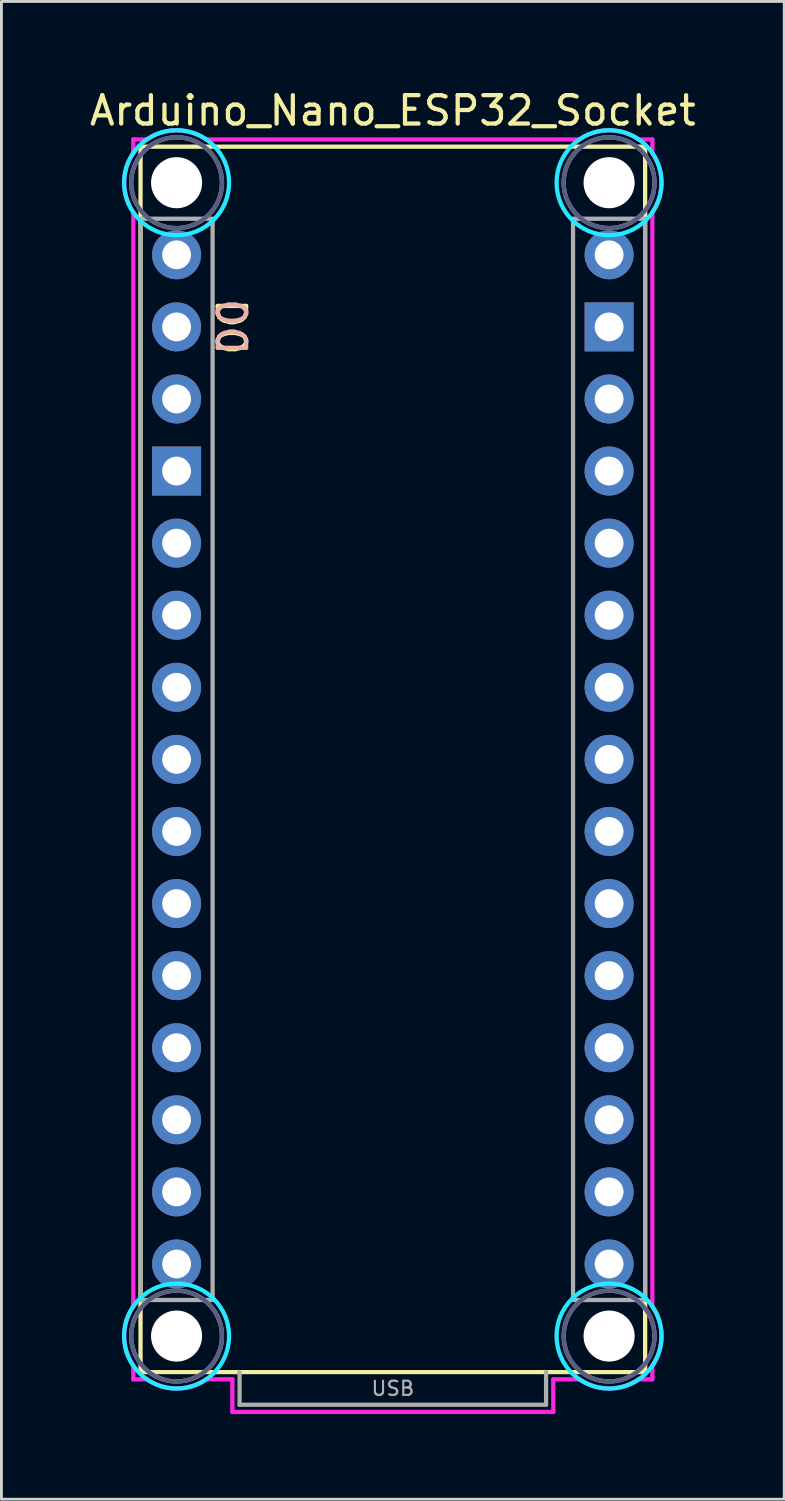
<source format=kicad_pcb>
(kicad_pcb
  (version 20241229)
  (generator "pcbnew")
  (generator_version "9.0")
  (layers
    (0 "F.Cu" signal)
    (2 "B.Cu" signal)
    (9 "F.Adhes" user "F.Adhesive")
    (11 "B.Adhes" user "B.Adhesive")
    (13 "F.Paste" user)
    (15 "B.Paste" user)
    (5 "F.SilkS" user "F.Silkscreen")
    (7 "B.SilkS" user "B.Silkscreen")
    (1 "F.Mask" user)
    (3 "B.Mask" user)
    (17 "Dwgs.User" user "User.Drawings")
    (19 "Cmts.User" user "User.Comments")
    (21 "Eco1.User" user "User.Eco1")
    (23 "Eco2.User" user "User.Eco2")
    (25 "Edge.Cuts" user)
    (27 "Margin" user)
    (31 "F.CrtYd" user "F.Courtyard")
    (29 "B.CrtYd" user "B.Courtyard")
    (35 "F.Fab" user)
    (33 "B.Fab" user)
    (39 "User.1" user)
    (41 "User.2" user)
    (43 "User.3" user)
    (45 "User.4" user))
  (footprint "Arduino_Nano_ESP32_Socket"
    (layer "F.Cu")
    (at 10.792 45.298)
    (property "Reference" "Arduino_Nano_ESP32_Socket" (at 0 -44.45 0) (layer "F.SilkS") (effects (font (size 1 1) (thickness 0.15))))
    (attr through_hole)
    (fp_line (start -8.89 -43.18) (end -8.89 0) (stroke (width 0.15) (type solid)) (layer "F.SilkS"))
    (fp_line (start -8.89 -43.18) (end 8.89 -43.18) (stroke (width 0.15) (type solid)) (layer "F.SilkS"))
    (fp_line (start -8.89 0) (end 8.89 0) (stroke (width 0.15) (type solid)) (layer "F.SilkS"))
    (fp_line (start 8.89 -43.18) (end 8.89 0) (stroke (width 0.15) (type solid)) (layer "F.SilkS"))
    (fp_circle (center -7.62 -41.91) (end -5.77 -41.91) (stroke (width 0.15) (type solid)) (fill no) (layer "B.CrtYd"))
    (fp_circle (center -7.62 -1.27) (end -5.77 -1.27) (stroke (width 0.15) (type solid)) (fill no) (layer "B.CrtYd"))
    (fp_circle (center 7.62 -41.91) (end 9.47 -41.91) (stroke (width 0.15) (type solid)) (fill no) (layer "B.CrtYd"))
    (fp_circle (center 7.62 -1.27) (end 9.47 -1.27) (stroke (width 0.15) (type solid)) (fill no) (layer "B.CrtYd"))
    (fp_line (start -9.144 -43.434) (end -8.661 -43.434) (stroke (width 0.15) (type solid)) (layer "F.CrtYd"))
    (fp_line (start -9.144 -42.951) (end -9.144 -43.434) (stroke (width 0.15) (type solid)) (layer "F.CrtYd"))
    (fp_line (start -9.144 -2.311) (end -9.144 -40.869) (stroke (width 0.15) (type solid)) (layer "F.CrtYd"))
    (fp_line (start -9.144 0.254) (end -9.144 -0.229) (stroke (width 0.15) (type solid)) (layer "F.CrtYd"))
    (fp_line (start -8.661 0.254) (end -9.144 0.254) (stroke (width 0.15) (type solid)) (layer "F.CrtYd"))
    (fp_line (start -6.579 -43.434) (end 6.579 -43.434) (stroke (width 0.15) (type solid)) (layer "F.CrtYd"))
    (fp_line (start -5.654 0.254) (end -6.579 0.254) (stroke (width 0.15) (type solid)) (layer "F.CrtYd"))
    (fp_line (start -5.654 1.404) (end -5.654 0.254) (stroke (width 0.15) (type solid)) (layer "F.CrtYd"))
    (fp_line (start 5.654 0.254) (end 5.654 1.404) (stroke (width 0.15) (type solid)) (layer "F.CrtYd"))
    (fp_line (start 5.654 1.404) (end -5.654 1.404) (stroke (width 0.15) (type solid)) (layer "F.CrtYd"))
    (fp_line (start 6.579 0.254) (end 5.654 0.254) (stroke (width 0.15) (type solid)) (layer "F.CrtYd"))
    (fp_line (start 8.661 -43.434) (end 9.144 -43.434) (stroke (width 0.15) (type solid)) (layer "F.CrtYd"))
    (fp_line (start 9.144 -43.434) (end 9.144 -42.951) (stroke (width 0.15) (type solid)) (layer "F.CrtYd"))
    (fp_line (start 9.144 -40.869) (end 9.144 -2.311) (stroke (width 0.15) (type solid)) (layer "F.CrtYd"))
    (fp_line (start 9.144 -0.229) (end 9.144 0.254) (stroke (width 0.15) (type solid)) (layer "F.CrtYd"))
    (fp_line (start 9.144 0.254) (end 8.661 0.254) (stroke (width 0.15) (type solid)) (layer "F.CrtYd"))
    (fp_arc (start -9.144 -40.8686) (mid -9.467363 -41.91) (end -9.144 -42.9514) (stroke (width 0.15) (type solid)) (layer "F.CrtYd"))
    (fp_arc (start -9.144 -0.2286) (mid -9.467363 -1.27) (end -9.144 -2.3114) (stroke (width 0.15) (type solid)) (layer "F.CrtYd"))
    (fp_arc (start -8.6614 -43.434) (mid -7.62 -43.757363) (end -6.5786 -43.434) (stroke (width 0.15) (type solid)) (layer "F.CrtYd"))
    (fp_arc (start -6.5786 0.254) (mid -7.62 0.577363) (end -8.6614 0.254) (stroke (width 0.15) (type solid)) (layer "F.CrtYd"))
    (fp_arc (start 6.5786 -43.434) (mid 7.62 -43.757363) (end 8.6614 -43.434) (stroke (width 0.15) (type solid)) (layer "F.CrtYd"))
    (fp_arc (start 8.6614 0.254) (mid 7.62 0.577363) (end 6.5786 0.254) (stroke (width 0.15) (type solid)) (layer "F.CrtYd"))
    (fp_arc (start 9.144 -42.9514) (mid 9.467363 -41.91) (end 9.144 -40.8686) (stroke (width 0.15) (type solid)) (layer "F.CrtYd"))
    (fp_arc (start 9.144 -2.3114) (mid 9.467363 -1.27) (end 9.144 -0.2286) (stroke (width 0.15) (type solid)) (layer "F.CrtYd"))
    (fp_circle (center -7.62 -41.91) (end -6.02 -41.91) (stroke (width 0.15) (type solid)) (fill no) (layer "B.Fab"))
    (fp_circle (center -7.62 -1.27) (end -6.02 -1.27) (stroke (width 0.15) (type solid)) (fill no) (layer "B.Fab"))
    (fp_circle (center 7.62 -41.91) (end 9.22 -41.91) (stroke (width 0.15) (type solid)) (fill no) (layer "B.Fab"))
    (fp_circle (center 7.62 -1.27) (end 9.22 -1.27) (stroke (width 0.15) (type solid)) (fill no) (layer "B.Fab"))
    (fp_line (start -5.4 0) (end -5.4 1.15) (stroke (width 0.15) (type solid)) (layer "F.Fab"))
    (fp_line (start -5.4 1.15) (end 5.4 1.15) (stroke (width 0.15) (type solid)) (layer "F.Fab"))
    (fp_line (start 5.4 1.15) (end 5.4 0) (stroke (width 0.15) (type solid)) (layer "F.Fab"))
    (fp_rect (start -8.89 -40.64) (end -6.35 -2.54) (stroke (width 0.15) (type solid)) (fill no) (layer "F.Fab"))
    (fp_rect (start 6.35 -40.64) (end 8.89 -2.54) (stroke (width 0.15) (type solid)) (fill no) (layer "F.Fab"))
    (fp_circle (center -7.62 -41.91) (end -6.02 -41.91) (stroke (width 0.15) (type solid)) (fill no) (layer "F.Fab"))
    (fp_circle (center -7.62 -1.27) (end -6.02 -1.27) (stroke (width 0.15) (type solid)) (fill no) (layer "F.Fab"))
    (fp_circle (center 7.62 -41.91) (end 9.22 -41.91) (stroke (width 0.15) (type solid)) (fill no) (layer "F.Fab"))
    (fp_circle (center 7.62 -1.27) (end 9.22 -1.27) (stroke (width 0.15) (type solid)) (fill no) (layer "F.Fab"))
    (fp_text user "D0" (at -5.715 -36.83 270) (unlocked yes) (layer "F.SilkS") (effects (font (size 1 1) (thickness 0.15))))
    (fp_text user "D0" (at -5.715 -36.83 270) (unlocked yes) (layer "B.SilkS") (effects (font (size 1 1) (thickness 0.15)) (justify mirror)))
    (fp_text user "USB" (at 0 0.575 0) (layer "F.Fab") (effects (font (size 0.5 0.5) (thickness 0.075))))
    (pad "" np_thru_hole circle (at -7.62 -41.91) (size 1.8 1.8) (drill 1.8) (layers "*.Cu" "*.Mask"))
    (pad "" np_thru_hole circle (at -7.62 -1.27) (size 1.8 1.8) (drill 1.8) (layers "*.Cu" "*.Mask"))
    (pad "" np_thru_hole circle (at 7.62 -41.91) (size 1.8 1.8) (drill 1.8) (layers "*.Cu" "*.Mask"))
    (pad "" np_thru_hole circle (at 7.62 -1.27) (size 1.8 1.8) (drill 1.8) (layers "*.Cu" "*.Mask"))
    (pad "3V3" thru_hole circle (at 7.62 -6.35) (size 1.727 1.727) (drill 1.016) (layers "*.Cu" "*.Mask"))
    (pad "5V" thru_hole circle (at 7.62 -31.75) (size 1.727 1.727) (drill 1.016) (layers "*.Cu" "*.Mask"))
    (pad "A0" thru_hole circle (at 7.62 -11.43) (size 1.727 1.727) (drill 1.016) (layers "*.Cu" "*.Mask"))
    (pad "A1" thru_hole circle (at 7.62 -13.97) (size 1.727 1.727) (drill 1.016) (layers "*.Cu" "*.Mask"))
    (pad "A2" thru_hole circle (at 7.62 -16.51) (size 1.727 1.727) (drill 1.016) (layers "*.Cu" "*.Mask"))
    (pad "A3" thru_hole circle (at 7.62 -19.05) (size 1.727 1.727) (drill 1.016) (layers "*.Cu" "*.Mask"))
    (pad "A4" thru_hole circle (at 7.62 -21.59) (size 1.727 1.727) (drill 1.016) (layers "*.Cu" "*.Mask"))
    (pad "A5" thru_hole circle (at 7.62 -24.13) (size 1.727 1.727) (drill 1.016) (layers "*.Cu" "*.Mask"))
    (pad "A6" thru_hole circle (at 7.62 -26.67) (size 1.727 1.727) (drill 1.016) (layers "*.Cu" "*.Mask"))
    (pad "A7" thru_hole circle (at 7.62 -29.21) (size 1.727 1.727) (drill 1.016) (layers "*.Cu" "*.Mask"))
    (pad "B0" thru_hole circle (at 7.62 -8.89) (size 1.727 1.727) (drill 1.016) (layers "*.Cu" "*.Mask"))
    (pad "B1" thru_hole circle (at 7.62 -34.29) (size 1.727 1.727) (drill 1.016) (layers "*.Cu" "*.Mask"))
    (pad "D0" thru_hole circle (at -7.62 -36.83) (size 1.727 1.727) (drill 1.016) (layers "*.Cu" "*.Mask"))
    (pad "D1" thru_hole circle (at -7.62 -39.37) (size 1.727 1.727) (drill 1.016) (layers "*.Cu" "*.Mask"))
    (pad "D2" thru_hole circle (at -7.62 -29.21) (size 1.727 1.727) (drill 1.016) (layers "*.Cu" "*.Mask"))
    (pad "D3" thru_hole circle (at -7.62 -26.67) (size 1.727 1.727) (drill 1.016) (layers "*.Cu" "*.Mask"))
    (pad "D4" thru_hole circle (at -7.62 -24.13) (size 1.727 1.727) (drill 1.016) (layers "*.Cu" "*.Mask"))
    (pad "D5" thru_hole circle (at -7.62 -21.59) (size 1.727 1.727) (drill 1.016) (layers "*.Cu" "*.Mask"))
    (pad "D6" thru_hole circle (at -7.62 -19.05) (size 1.727 1.727) (drill 1.016) (layers "*.Cu" "*.Mask"))
    (pad "D7" thru_hole circle (at -7.62 -16.51) (size 1.727 1.727) (drill 1.016) (layers "*.Cu" "*.Mask"))
    (pad "D8" thru_hole circle (at -7.62 -13.97) (size 1.727 1.727) (drill 1.016) (layers "*.Cu" "*.Mask"))
    (pad "D9" thru_hole circle (at -7.62 -11.43) (size 1.727 1.727) (drill 1.016) (layers "*.Cu" "*.Mask"))
    (pad "D10" thru_hole circle (at -7.62 -8.89) (size 1.727 1.727) (drill 1.016) (layers "*.Cu" "*.Mask"))
    (pad "D11" thru_hole circle (at -7.62 -6.35) (size 1.727 1.727) (drill 1.016) (layers "*.Cu" "*.Mask"))
    (pad "D12" thru_hole circle (at -7.62 -3.81) (size 1.727 1.727) (drill 1.016) (layers "*.Cu" "*.Mask"))
    (pad "D13" thru_hole circle (at 7.62 -3.81) (size 1.727 1.727) (drill 1.016) (layers "*.Cu" "*.Mask"))
    (pad "GND1" thru_hole rect (at -7.62 -31.75) (size 1.727 1.727) (drill 1.016) (layers "*.Cu" "*.Mask"))
    (pad "GND2" thru_hole rect (at 7.62 -36.83) (size 1.727 1.727) (drill 1.016) (layers "*.Cu" "*.Mask"))
    (pad "RST" thru_hole circle (at -7.62 -34.29) (size 1.727 1.727) (drill 1.016) (layers "*.Cu" "*.Mask"))
    (pad "VIN" thru_hole circle (at 7.62 -39.37) (size 1.727 1.727) (drill 1.016) (layers "*.Cu" "*.Mask")))
  (gr_rect
    (start -3 -3)
    (end 24.583 49.777)
    (stroke (width 0.1) (type default))
    (fill no)
    (layer "Edge.Cuts")))
</source>
